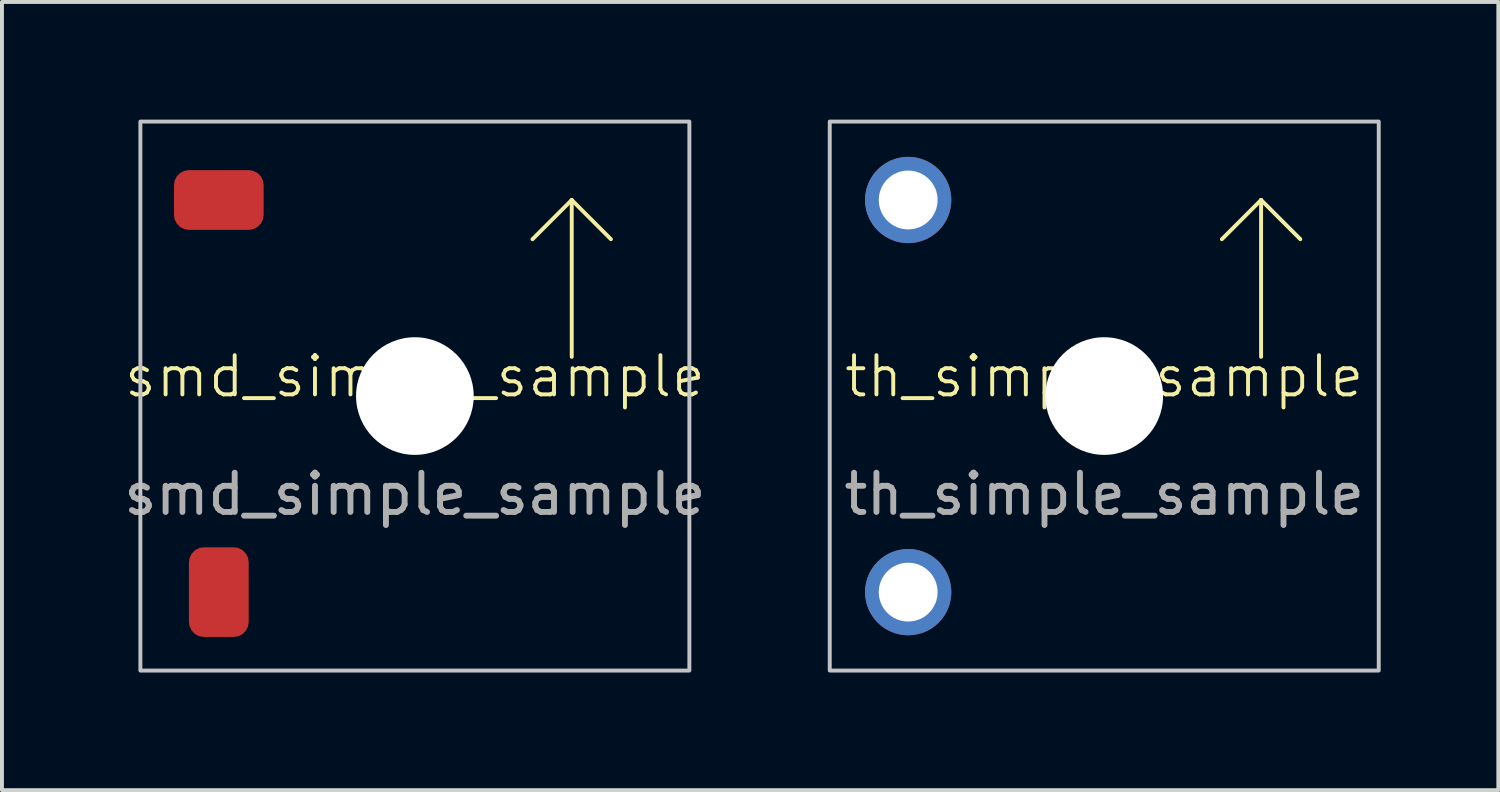
<source format=kicad_pcb>
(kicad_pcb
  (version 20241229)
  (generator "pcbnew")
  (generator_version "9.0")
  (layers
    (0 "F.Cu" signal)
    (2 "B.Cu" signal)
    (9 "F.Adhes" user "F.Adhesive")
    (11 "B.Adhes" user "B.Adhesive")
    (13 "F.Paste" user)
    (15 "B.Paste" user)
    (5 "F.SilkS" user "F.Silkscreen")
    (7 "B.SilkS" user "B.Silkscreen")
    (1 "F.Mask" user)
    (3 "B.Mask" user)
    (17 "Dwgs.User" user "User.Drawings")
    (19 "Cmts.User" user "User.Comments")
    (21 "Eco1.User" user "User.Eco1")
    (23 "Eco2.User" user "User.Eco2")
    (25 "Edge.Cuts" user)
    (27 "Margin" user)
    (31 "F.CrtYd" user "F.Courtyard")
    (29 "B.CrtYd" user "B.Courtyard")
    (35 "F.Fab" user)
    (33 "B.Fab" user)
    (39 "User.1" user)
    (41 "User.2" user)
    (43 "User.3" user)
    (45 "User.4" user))
  (footprint "th_simple_sample"
    (layer "F.Cu")
    (at 25.11 7.05)
    (property "Reference" "th_simple_sample" (at 0 -0.5 0) (unlocked yes) (layer "F.SilkS") (effects (font (size 1 1) (thickness 0.1))))
    (attr through_hole)
    (fp_line (start 4 -5) (end 3 -4) (stroke (width 0.1) (type default)) (layer "F.SilkS"))
    (fp_line (start 4 -5) (end 4 -1) (stroke (width 0.1) (type default)) (layer "F.SilkS"))
    (fp_line (start 4 -5) (end 5 -4) (stroke (width 0.1) (type default)) (layer "F.SilkS"))
    (fp_rect (start -7 -7) (end 7 7) (stroke (width 0.1) (type default)) (fill no) (layer "Dwgs.User"))
    (fp_text user "${REFERENCE}" (at 0 2.5 0) (unlocked yes) (layer "F.Fab") (effects (font (size 1 1) (thickness 0.15))))
    (pad "" np_thru_hole circle (at 0 0) (size 3 3) (drill 3) (layers "*.Cu" "*.Mask"))
    (pad "1" thru_hole circle (at -5 -5) (size 2.2 2.2) (drill 1.5) (layers "*.Cu" "*.Mask"))
    (pad "2" thru_hole circle (at -5 5) (size 2.2 2.2) (drill 1.5) (layers "*.Cu" "*.Mask")))
  (footprint "smd_simple_sample"
    (layer "F.Cu")
    (at 7.53 7.05)
    (property "Reference" "smd_simple_sample" (at 0 -0.5 0) (unlocked yes) (layer "F.SilkS") (effects (font (size 1 1) (thickness 0.1))))
    (attr smd)
    (fp_line (start 4 -5) (end 3 -4) (stroke (width 0.1) (type default)) (layer "F.SilkS"))
    (fp_line (start 4 -5) (end 4 -1) (stroke (width 0.1) (type default)) (layer "F.SilkS"))
    (fp_line (start 4 -5) (end 5 -4) (stroke (width 0.1) (type default)) (layer "F.SilkS"))
    (fp_rect (start -7 -7) (end 7 7) (stroke (width 0.1) (type default)) (fill no) (layer "Dwgs.User"))
    (fp_text user "${REFERENCE}" (at 0 2.5 0) (unlocked yes) (layer "F.Fab") (effects (font (size 1 1) (thickness 0.15))))
    (pad "" np_thru_hole circle (at 0 0) (size 3 3) (drill 3) (layers "*.Cu" "*.Mask"))
    (pad "1" smd roundrect (at -5 -5) (size 2.286 1.524) (layers "F.Cu" "F.Mask" "F.Paste") (roundrect_rratio 0.25))
    (pad "2" smd roundrect (at -5 5 90) (size 2.286 1.524) (layers "F.Cu" "F.Mask" "F.Paste") (roundrect_rratio 0.25)))
  (gr_rect
    (start -3 -3)
    (end 35.16 17.1)
    (stroke (width 0.1) (type default))
    (fill no)
    (layer "Edge.Cuts")))
</source>
